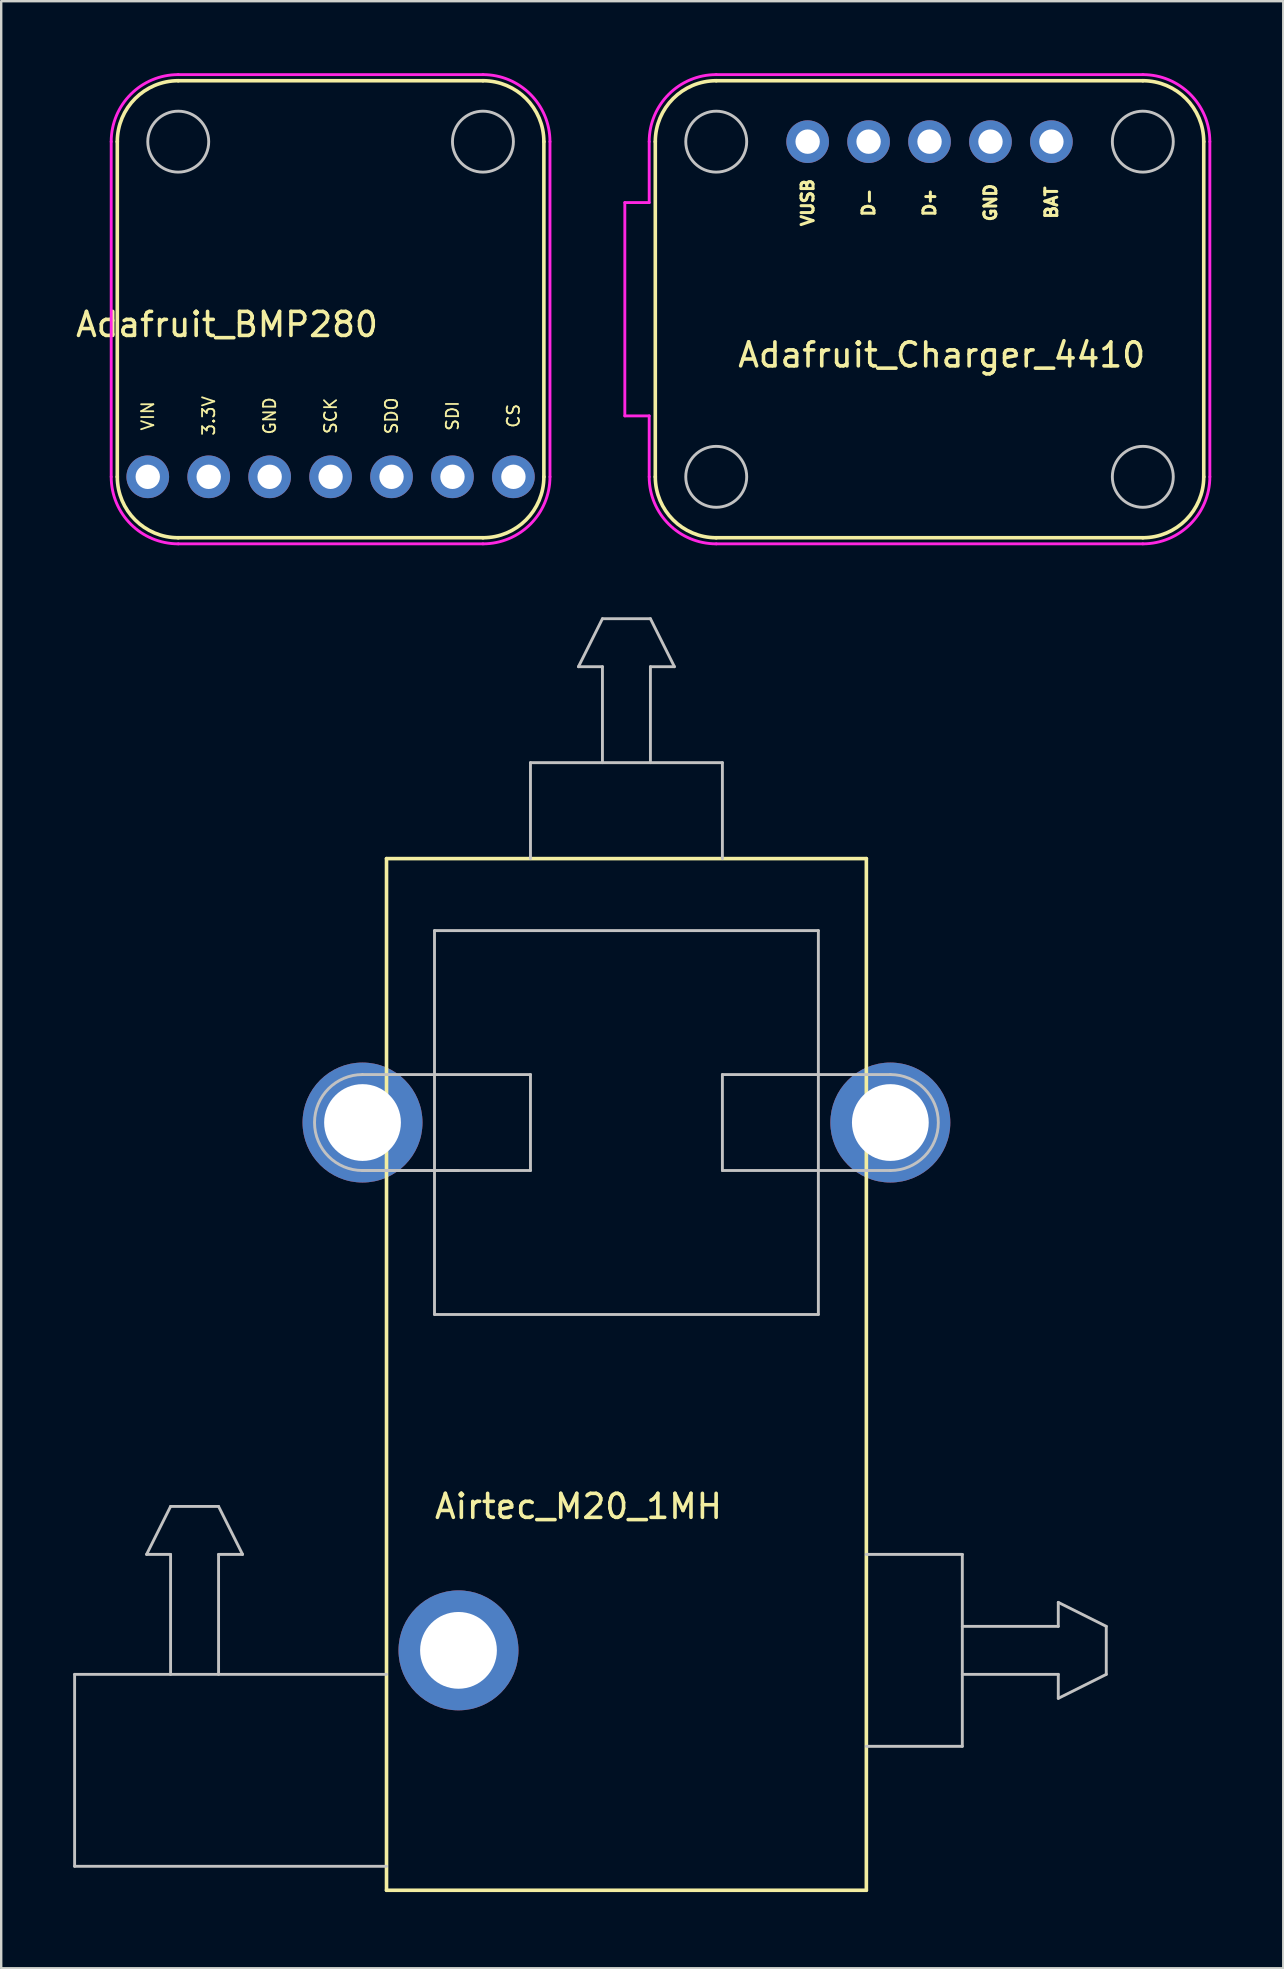
<source format=kicad_pcb>
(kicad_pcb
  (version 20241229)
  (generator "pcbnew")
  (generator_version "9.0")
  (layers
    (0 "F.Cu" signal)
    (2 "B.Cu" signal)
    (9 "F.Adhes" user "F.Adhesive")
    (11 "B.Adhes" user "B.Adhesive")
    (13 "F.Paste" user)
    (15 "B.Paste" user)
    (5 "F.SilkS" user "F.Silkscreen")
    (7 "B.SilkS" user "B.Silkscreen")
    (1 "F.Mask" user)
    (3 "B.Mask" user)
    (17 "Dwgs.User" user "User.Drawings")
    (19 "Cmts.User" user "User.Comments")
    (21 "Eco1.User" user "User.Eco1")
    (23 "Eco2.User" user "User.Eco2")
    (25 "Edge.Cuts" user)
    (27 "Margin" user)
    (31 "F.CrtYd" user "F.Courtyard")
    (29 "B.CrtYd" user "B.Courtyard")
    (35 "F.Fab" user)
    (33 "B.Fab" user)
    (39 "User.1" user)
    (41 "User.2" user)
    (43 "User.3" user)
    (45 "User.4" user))
  (footprint "Adafruit_Charger_4410"
    (layer "F.Cu")
    (at 24.263 19.364)
    (property "Reference" "Adafruit_Charger_4410" (at 11.938 -7.62 0) (layer "F.SilkS") (effects (font (size 1 1) (thickness 0.15))))
    (attr through_hole)
    (fp_line (start 0 -16.51) (end 0 -2.54) (stroke (width 0.15) (type solid)) (layer "F.SilkS"))
    (fp_line (start 2.54 0) (end 20.32 0) (stroke (width 0.15) (type solid)) (layer "F.SilkS"))
    (fp_line (start 20.32 -19.05) (end 2.54 -19.05) (stroke (width 0.15) (type solid)) (layer "F.SilkS"))
    (fp_line (start 22.86 -2.54) (end 22.86 -16.51) (stroke (width 0.15) (type solid)) (layer "F.SilkS"))
    (fp_arc (start 0 -16.51) (mid 0.743949 -18.306051) (end 2.54 -19.05) (stroke (width 0.15) (type solid)) (layer "F.SilkS"))
    (fp_arc (start 2.54 0) (mid 0.743949 -0.743949) (end 0 -2.54) (stroke (width 0.15) (type solid)) (layer "F.SilkS"))
    (fp_arc (start 20.32 -19.05) (mid 22.116051 -18.306051) (end 22.86 -16.51) (stroke (width 0.15) (type solid)) (layer "F.SilkS"))
    (fp_arc (start 22.86 -2.54) (mid 22.116051 -0.743949) (end 20.32 0) (stroke (width 0.15) (type solid)) (layer "F.SilkS"))
    (fp_circle (center 2.54 -16.51) (end 2.54 -17.78) (stroke (width 0.12) (type solid)) (fill no) (layer "Dwgs.User"))
    (fp_circle (center 2.54 -2.54) (end 2.54 -1.27) (stroke (width 0.12) (type solid)) (fill no) (layer "Dwgs.User"))
    (fp_circle (center 20.32 -16.51) (end 20.32 -17.78) (stroke (width 0.12) (type solid)) (fill no) (layer "Dwgs.User"))
    (fp_circle (center 20.32 -2.54) (end 20.32 -1.27) (stroke (width 0.12) (type solid)) (fill no) (layer "Dwgs.User"))
    (fp_line (start -1.27 -13.97) (end -0.254 -13.97) (stroke (width 0.12) (type solid)) (layer "F.CrtYd"))
    (fp_line (start -1.27 -5.08) (end -1.27 -13.97) (stroke (width 0.12) (type solid)) (layer "F.CrtYd"))
    (fp_line (start -1.27 -5.08) (end -0.254 -5.08) (stroke (width 0.12) (type solid)) (layer "F.CrtYd"))
    (fp_line (start -0.254 -16.51) (end -0.254 -13.97) (stroke (width 0.12) (type solid)) (layer "F.CrtYd"))
    (fp_line (start -0.254 -5.08) (end -0.254 -2.54) (stroke (width 0.12) (type solid)) (layer "F.CrtYd"))
    (fp_line (start 2.54 0.254) (end 20.32 0.254) (stroke (width 0.12) (type solid)) (layer "F.CrtYd"))
    (fp_line (start 20.32 -19.304) (end 2.54 -19.304) (stroke (width 0.12) (type solid)) (layer "F.CrtYd"))
    (fp_line (start 23.114 -2.54) (end 23.114 -16.51) (stroke (width 0.12) (type solid)) (layer "F.CrtYd"))
    (fp_arc (start -0.254 -16.51) (mid 0.564344 -18.485656) (end 2.54 -19.304) (stroke (width 0.12) (type solid)) (layer "F.CrtYd"))
    (fp_arc (start 2.54 0.254) (mid 0.564344 -0.564344) (end -0.254 -2.54) (stroke (width 0.12) (type solid)) (layer "F.CrtYd"))
    (fp_arc (start 20.32 -19.304) (mid 22.295656 -18.485656) (end 23.114 -16.51) (stroke (width 0.12) (type solid)) (layer "F.CrtYd"))
    (fp_arc (start 23.114 -2.54) (mid 22.295656 -0.564344) (end 20.32 0.254) (stroke (width 0.12) (type solid)) (layer "F.CrtYd"))
    (fp_text user "BAT" (at 16.51 -13.97 90) (layer "F.SilkS") (effects (font (size 0.5 0.5) (thickness 0.125))))
    (fp_text user "GND" (at 13.97 -13.97 90) (layer "F.SilkS") (effects (font (size 0.5 0.5) (thickness 0.125))))
    (fp_text user "D+" (at 11.43 -13.97 90) (layer "F.SilkS") (effects (font (size 0.5 0.5) (thickness 0.125))))
    (fp_text user "VUSB" (at 6.35 -13.97 90) (layer "F.SilkS") (effects (font (size 0.5 0.5) (thickness 0.125))))
    (fp_text user "D-" (at 8.89 -13.97 90) (layer "F.SilkS") (effects (font (size 0.5 0.5) (thickness 0.125))))
    (pad "1" thru_hole circle (at 6.35 -16.51) (size 1.778 1.778) (drill 1.016) (layers "*.Cu" "*.Mask"))
    (pad "2" thru_hole circle (at 8.89 -16.51) (size 1.778 1.778) (drill 1.016) (layers "*.Cu" "*.Mask"))
    (pad "3" thru_hole circle (at 11.43 -16.51) (size 1.778 1.778) (drill 1.016) (layers "*.Cu" "*.Mask"))
    (pad "4" thru_hole circle (at 13.97 -16.51) (size 1.778 1.778) (drill 1.016) (layers "*.Cu" "*.Mask"))
    (pad "5" thru_hole circle (at 16.51 -16.51) (size 1.778 1.778) (drill 1.016) (layers "*.Cu" "*.Mask")))
  (footprint "Adafruit_BMP280"
    (layer "F.Cu")
    (at 1.839 19.364)
    (property "Reference" "Adafruit_BMP280" (at 4.572 -8.89 0) (layer "F.SilkS") (effects (font (size 1 1) (thickness 0.15))))
    (attr through_hole)
    (fp_line (start 0 -16.51) (end 0 -2.54) (stroke (width 0.15) (type solid)) (layer "F.SilkS"))
    (fp_line (start 2.54 0) (end 15.24 0) (stroke (width 0.15) (type solid)) (layer "F.SilkS"))
    (fp_line (start 15.24 -19.05) (end 2.54 -19.05) (stroke (width 0.15) (type solid)) (layer "F.SilkS"))
    (fp_line (start 17.78 -2.54) (end 17.78 -16.51) (stroke (width 0.15) (type solid)) (layer "F.SilkS"))
    (fp_arc (start 0 -16.51) (mid 0.743949 -18.306051) (end 2.54 -19.05) (stroke (width 0.15) (type solid)) (layer "F.SilkS"))
    (fp_arc (start 2.54 0) (mid 0.743949 -0.743949) (end 0 -2.54) (stroke (width 0.15) (type solid)) (layer "F.SilkS"))
    (fp_arc (start 15.24 -19.05) (mid 17.036051 -18.306051) (end 17.78 -16.51) (stroke (width 0.15) (type solid)) (layer "F.SilkS"))
    (fp_arc (start 17.78 -2.54) (mid 17.036051 -0.743949) (end 15.24 0) (stroke (width 0.15) (type solid)) (layer "F.SilkS"))
    (fp_circle (center 2.54 -16.51) (end 2.54 -15.24) (stroke (width 0.12) (type solid)) (fill no) (layer "Dwgs.User"))
    (fp_circle (center 15.24 -16.51) (end 15.24 -15.24) (stroke (width 0.12) (type solid)) (fill no) (layer "Dwgs.User"))
    (fp_line (start -0.254 -16.51) (end -0.254 -2.54) (stroke (width 0.12) (type solid)) (layer "F.CrtYd"))
    (fp_line (start 2.54 0.254) (end 15.24 0.254) (stroke (width 0.12) (type solid)) (layer "F.CrtYd"))
    (fp_line (start 15.24 -19.304) (end 2.54 -19.304) (stroke (width 0.12) (type solid)) (layer "F.CrtYd"))
    (fp_line (start 18.034 -2.54) (end 18.034 -16.51) (stroke (width 0.12) (type solid)) (layer "F.CrtYd"))
    (fp_arc (start -0.254 -16.51) (mid 0.564344 -18.485656) (end 2.54 -19.304) (stroke (width 0.12) (type solid)) (layer "F.CrtYd"))
    (fp_arc (start 2.54 0.254) (mid 0.564344 -0.564344) (end -0.254 -2.54) (stroke (width 0.12) (type solid)) (layer "F.CrtYd"))
    (fp_arc (start 15.24 -19.304) (mid 17.215656 -18.485656) (end 18.034 -16.51) (stroke (width 0.12) (type solid)) (layer "F.CrtYd"))
    (fp_arc (start 18.034 -2.54) (mid 17.215656 -0.564344) (end 15.24 0.254) (stroke (width 0.12) (type solid)) (layer "F.CrtYd"))
    (fp_text user "SDO" (at 11.43 -5.08 90) (layer "F.SilkS") (effects (font (size 0.508 0.508) (thickness 0.076))))
    (fp_text user "VIN" (at 1.27 -5.08 90) (layer "F.SilkS") (effects (font (size 0.508 0.508) (thickness 0.076))))
    (fp_text user "GND" (at 6.35 -5.08 90) (layer "F.SilkS") (effects (font (size 0.508 0.508) (thickness 0.076))))
    (fp_text user "SDI" (at 13.97 -5.08 90) (layer "F.SilkS") (effects (font (size 0.508 0.508) (thickness 0.076))))
    (fp_text user "CS" (at 16.51 -5.08 90) (layer "F.SilkS") (effects (font (size 0.508 0.508) (thickness 0.076))))
    (fp_text user "SCK" (at 8.89 -5.08 90) (layer "F.SilkS") (effects (font (size 0.508 0.508) (thickness 0.076))))
    (fp_text user "3.3V" (at 3.81 -5.08 90) (layer "F.SilkS") (effects (font (size 0.508 0.508) (thickness 0.076))))
    (pad "1" thru_hole circle (at 1.27 -2.54) (size 1.778 1.778) (drill 1.016) (layers "*.Cu" "*.Mask"))
    (pad "2" thru_hole circle (at 3.81 -2.54) (size 1.778 1.778) (drill 1.016) (layers "*.Cu" "*.Mask"))
    (pad "3" thru_hole circle (at 6.35 -2.54) (size 1.778 1.778) (drill 1.016) (layers "*.Cu" "*.Mask"))
    (pad "4" thru_hole circle (at 8.89 -2.54) (size 1.778 1.778) (drill 1.016) (layers "*.Cu" "*.Mask"))
    (pad "5" thru_hole circle (at 11.43 -2.54) (size 1.778 1.778) (drill 1.016) (layers "*.Cu" "*.Mask"))
    (pad "6" thru_hole circle (at 13.97 -2.54) (size 1.778 1.778) (drill 1.016) (layers "*.Cu" "*.Mask"))
    (pad "7" thru_hole circle (at 16.51 -2.54) (size 1.778 1.778) (drill 1.016) (layers "*.Cu" "*.Mask")))
  (footprint "Airtec_M20_1MH"
    (layer "F.Cu")
    (at 13.06 75.738)
    (property "Reference" "Airtec_M20_1MH" (at 8 -16 0) (layer "F.SilkS") (effects (font (size 1 1) (thickness 0.15))))
    (attr through_hole)
    (fp_line (start 0 -43) (end 20 -43) (stroke (width 0.15) (type solid)) (layer "F.SilkS"))
    (fp_line (start 0 0) (end 0 -43) (stroke (width 0.15) (type solid)) (layer "F.SilkS"))
    (fp_line (start 20 -43) (end 20 0) (stroke (width 0.15) (type solid)) (layer "F.SilkS"))
    (fp_line (start 20 0) (end 0 0) (stroke (width 0.15) (type solid)) (layer "F.SilkS"))
    (fp_line (start -13 -9) (end 0 -9) (stroke (width 0.12) (type solid)) (layer "Dwgs.User"))
    (fp_line (start -13 -1) (end -13 -9) (stroke (width 0.12) (type solid)) (layer "Dwgs.User"))
    (fp_line (start -10 -14) (end -9 -16) (stroke (width 0.12) (type solid)) (layer "Dwgs.User"))
    (fp_line (start -9 -16) (end -7 -16) (stroke (width 0.12) (type solid)) (layer "Dwgs.User"))
    (fp_line (start -9 -14) (end -10 -14) (stroke (width 0.12) (type solid)) (layer "Dwgs.User"))
    (fp_line (start -9 -9) (end -9 -14) (stroke (width 0.12) (type solid)) (layer "Dwgs.User"))
    (fp_line (start -7 -16) (end -6 -14) (stroke (width 0.12) (type solid)) (layer "Dwgs.User"))
    (fp_line (start -7 -14) (end -7 -9) (stroke (width 0.12) (type solid)) (layer "Dwgs.User"))
    (fp_line (start -6 -14) (end -7 -14) (stroke (width 0.12) (type solid)) (layer "Dwgs.User"))
    (fp_line (start -1 -34) (end 6 -34) (stroke (width 0.12) (type solid)) (layer "Dwgs.User"))
    (fp_line (start -1 -30) (end 3 -30) (stroke (width 0.12) (type solid)) (layer "Dwgs.User"))
    (fp_line (start 0 -1) (end -13 -1) (stroke (width 0.12) (type solid)) (layer "Dwgs.User"))
    (fp_line (start 2 -40) (end 2 -24) (stroke (width 0.12) (type solid)) (layer "Dwgs.User"))
    (fp_line (start 2 -40) (end 18 -40) (stroke (width 0.12) (type solid)) (layer "Dwgs.User"))
    (fp_line (start 2 -24) (end 18 -24) (stroke (width 0.12) (type solid)) (layer "Dwgs.User"))
    (fp_line (start 6 -47) (end 14 -47) (stroke (width 0.12) (type solid)) (layer "Dwgs.User"))
    (fp_line (start 6 -43) (end 6 -47) (stroke (width 0.12) (type solid)) (layer "Dwgs.User"))
    (fp_line (start 6 -34) (end 6 -30) (stroke (width 0.12) (type solid)) (layer "Dwgs.User"))
    (fp_line (start 6 -30) (end -1 -30) (stroke (width 0.12) (type solid)) (layer "Dwgs.User"))
    (fp_line (start 8 -51) (end 9 -53) (stroke (width 0.12) (type solid)) (layer "Dwgs.User"))
    (fp_line (start 9 -53) (end 11 -53) (stroke (width 0.12) (type solid)) (layer "Dwgs.User"))
    (fp_line (start 9 -51) (end 8 -51) (stroke (width 0.12) (type solid)) (layer "Dwgs.User"))
    (fp_line (start 9 -47) (end 9 -51) (stroke (width 0.12) (type solid)) (layer "Dwgs.User"))
    (fp_line (start 11 -53) (end 12 -51) (stroke (width 0.12) (type solid)) (layer "Dwgs.User"))
    (fp_line (start 11 -51) (end 11 -47) (stroke (width 0.12) (type solid)) (layer "Dwgs.User"))
    (fp_line (start 12 -51) (end 11 -51) (stroke (width 0.12) (type solid)) (layer "Dwgs.User"))
    (fp_line (start 14 -47) (end 14 -43) (stroke (width 0.12) (type solid)) (layer "Dwgs.User"))
    (fp_line (start 14 -34) (end 14 -30) (stroke (width 0.12) (type solid)) (layer "Dwgs.User"))
    (fp_line (start 14 -34) (end 21 -34) (stroke (width 0.12) (type solid)) (layer "Dwgs.User"))
    (fp_line (start 14 -30) (end 21 -30) (stroke (width 0.12) (type solid)) (layer "Dwgs.User"))
    (fp_line (start 18 -24) (end 18 -40) (stroke (width 0.12) (type solid)) (layer "Dwgs.User"))
    (fp_line (start 20 -6) (end 24 -6) (stroke (width 0.12) (type solid)) (layer "Dwgs.User"))
    (fp_line (start 24 -14) (end 20 -14) (stroke (width 0.12) (type solid)) (layer "Dwgs.User"))
    (fp_line (start 24 -14) (end 24 -6) (stroke (width 0.12) (type solid)) (layer "Dwgs.User"))
    (fp_line (start 24 -9) (end 28 -9) (stroke (width 0.12) (type solid)) (layer "Dwgs.User"))
    (fp_line (start 28 -12) (end 28 -11) (stroke (width 0.12) (type solid)) (layer "Dwgs.User"))
    (fp_line (start 28 -11) (end 24 -11) (stroke (width 0.12) (type solid)) (layer "Dwgs.User"))
    (fp_line (start 28 -9) (end 28 -8) (stroke (width 0.12) (type solid)) (layer "Dwgs.User"))
    (fp_line (start 28 -8) (end 30 -9) (stroke (width 0.12) (type solid)) (layer "Dwgs.User"))
    (fp_line (start 30 -11) (end 28 -12) (stroke (width 0.12) (type solid)) (layer "Dwgs.User"))
    (fp_line (start 30 -9) (end 30 -11) (stroke (width 0.12) (type solid)) (layer "Dwgs.User"))
    (fp_arc (start -1 -30) (mid -3 -32) (end -1 -34) (stroke (width 0.12) (type solid)) (layer "Dwgs.User"))
    (fp_arc (start 21 -34) (mid 23 -32) (end 21 -30) (stroke (width 0.12) (type solid)) (layer "Dwgs.User"))
    (pad "" thru_hole circle (at 3 -10) (size 5 5) (drill 3.2) (layers "*.Cu" "*.Mask"))
    (pad "1" thru_hole circle (at -1 -32) (size 5 5) (drill 3.2) (layers "*.Cu" "*.Mask"))
    (pad "2" thru_hole circle (at 21 -32) (size 5 5) (drill 3.2) (layers "*.Cu" "*.Mask")))
  (gr_rect
    (start -3 -3)
    (end 50.437 78.988)
    (stroke (width 0.1) (type default))
    (fill no)
    (layer "Edge.Cuts")))
</source>
